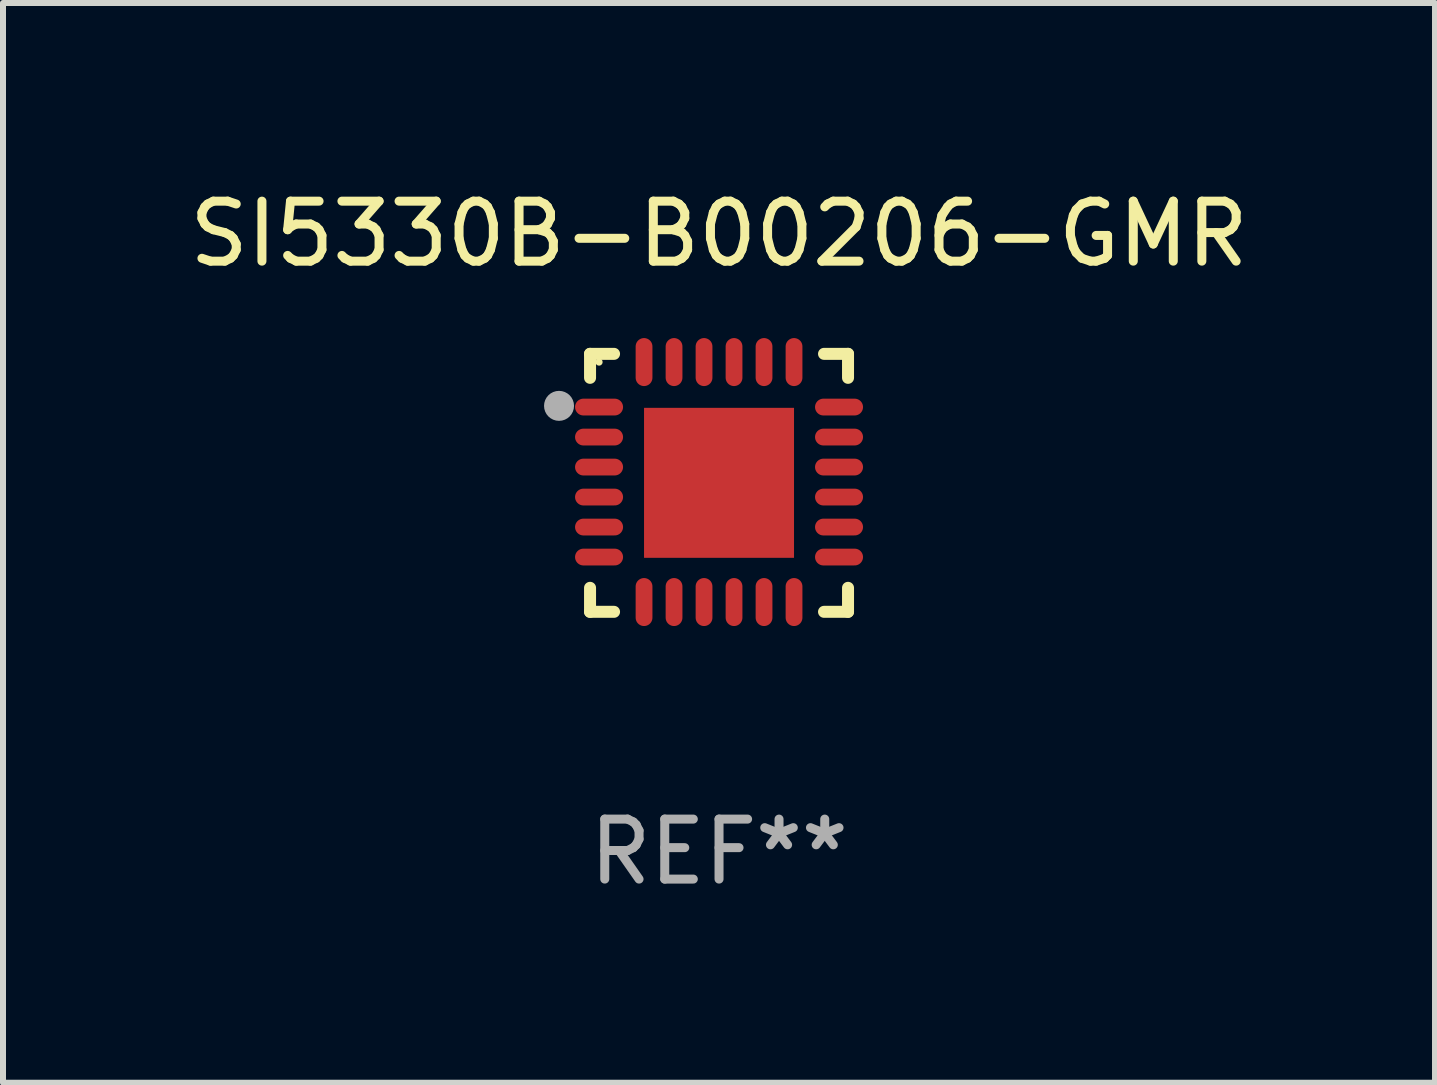
<source format=kicad_pcb>
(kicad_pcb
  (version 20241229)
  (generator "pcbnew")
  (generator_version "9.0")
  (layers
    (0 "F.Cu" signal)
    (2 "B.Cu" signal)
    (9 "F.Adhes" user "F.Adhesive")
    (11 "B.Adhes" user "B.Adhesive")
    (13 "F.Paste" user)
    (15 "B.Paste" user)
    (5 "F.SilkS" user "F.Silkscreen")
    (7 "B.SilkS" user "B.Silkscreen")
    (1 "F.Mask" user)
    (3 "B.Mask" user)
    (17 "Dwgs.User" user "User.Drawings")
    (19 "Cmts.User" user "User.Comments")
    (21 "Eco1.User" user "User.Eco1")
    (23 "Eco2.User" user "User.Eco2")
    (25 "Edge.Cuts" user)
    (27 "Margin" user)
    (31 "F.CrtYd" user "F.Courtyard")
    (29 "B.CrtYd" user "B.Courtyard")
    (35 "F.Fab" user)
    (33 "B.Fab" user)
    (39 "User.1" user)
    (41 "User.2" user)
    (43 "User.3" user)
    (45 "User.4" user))
  (footprint "SI5330B-B00206-GMR"
    (layer "F.Cu")
    (at 8.935 4.998)
    (property "Reference" "SI5330B-B00206-GMR" (at 0 -4.15 0) (layer "F.SilkS") (effects (font (size 1 1) (thickness 0.15))))
    (attr through_hole)
    (fp_line (start -2.15 -2.15) (end -1.75 -2.15) (stroke (width 0.2) (type solid)) (layer "F.SilkS"))
    (fp_line (start -2.15 -1.75) (end -2.15 -2.15) (stroke (width 0.2) (type solid)) (layer "F.SilkS"))
    (fp_line (start -2.15 2.15) (end -2.15 1.75) (stroke (width 0.2) (type solid)) (layer "F.SilkS"))
    (fp_line (start -1.75 2.15) (end -2.15 2.15) (stroke (width 0.2) (type solid)) (layer "F.SilkS"))
    (fp_line (start 1.75 -2.15) (end 2.15 -2.15) (stroke (width 0.2) (type solid)) (layer "F.SilkS"))
    (fp_line (start 1.75 2.15) (end 2.15 2.15) (stroke (width 0.2) (type solid)) (layer "F.SilkS"))
    (fp_line (start 2.15 -2.15) (end 2.15 -1.75) (stroke (width 0.2) (type solid)) (layer "F.SilkS"))
    (fp_line (start 2.15 2.15) (end 2.15 1.75) (stroke (width 0.2) (type solid)) (layer "F.SilkS"))
    (fp_circle (center -2 -2.013) (end -1.97 -2.013) (stroke (width 0.06) (type solid)) (fill no) (layer "F.SilkS"))
    (fp_circle (center -2.667 -1.283) (end -2.542 -1.283) (stroke (width 0.25) (type solid)) (fill no) (layer "F.Fab"))
    (fp_text user "REF**" (at 0 6.15 0) (layer "F.Fab") (effects (font (size 1 1) (thickness 0.15))))
    (pad "1" smd oval (at -2 -1.263) (size 0.8 0.28) (layers "F.Cu" "F.Mask" "F.Paste"))
    (pad "2" smd oval (at -2 -0.763) (size 0.8 0.28) (layers "F.Cu" "F.Mask" "F.Paste"))
    (pad "3" smd oval (at -2 -0.263) (size 0.8 0.28) (layers "F.Cu" "F.Mask" "F.Paste"))
    (pad "4" smd oval (at -2 0.237) (size 0.8 0.28) (layers "F.Cu" "F.Mask" "F.Paste"))
    (pad "5" smd oval (at -2 0.737) (size 0.8 0.28) (layers "F.Cu" "F.Mask" "F.Paste"))
    (pad "6" smd oval (at -2 1.237) (size 0.8 0.28) (layers "F.Cu" "F.Mask" "F.Paste"))
    (pad "7" smd oval (at -1.25 1.987) (size 0.28 0.8) (layers "F.Cu" "F.Mask" "F.Paste"))
    (pad "8" smd oval (at -0.75 1.987) (size 0.28 0.8) (layers "F.Cu" "F.Mask" "F.Paste"))
    (pad "9" smd oval (at -0.25 1.987) (size 0.28 0.8) (layers "F.Cu" "F.Mask" "F.Paste"))
    (pad "10" smd oval (at 0.25 1.987) (size 0.28 0.8) (layers "F.Cu" "F.Mask" "F.Paste"))
    (pad "11" smd oval (at 0.75 1.987) (size 0.28 0.8) (layers "F.Cu" "F.Mask" "F.Paste"))
    (pad "12" smd oval (at 1.25 1.987) (size 0.28 0.8) (layers "F.Cu" "F.Mask" "F.Paste"))
    (pad "13" smd oval (at 2 1.237) (size 0.8 0.28) (layers "F.Cu" "F.Mask" "F.Paste"))
    (pad "14" smd oval (at 2 0.737) (size 0.8 0.28) (layers "F.Cu" "F.Mask" "F.Paste"))
    (pad "15" smd oval (at 2 0.237) (size 0.8 0.28) (layers "F.Cu" "F.Mask" "F.Paste"))
    (pad "16" smd oval (at 2 -0.263) (size 0.8 0.28) (layers "F.Cu" "F.Mask" "F.Paste"))
    (pad "17" smd oval (at 2 -0.763) (size 0.8 0.28) (layers "F.Cu" "F.Mask" "F.Paste"))
    (pad "18" smd oval (at 2 -1.263) (size 0.8 0.28) (layers "F.Cu" "F.Mask" "F.Paste"))
    (pad "19" smd oval (at 1.25 -2.013) (size 0.28 0.8) (layers "F.Cu" "F.Mask" "F.Paste"))
    (pad "20" smd oval (at 0.75 -2.013) (size 0.28 0.8) (layers "F.Cu" "F.Mask" "F.Paste"))
    (pad "21" smd oval (at 0.25 -2.013) (size 0.28 0.8) (layers "F.Cu" "F.Mask" "F.Paste"))
    (pad "22" smd oval (at -0.25 -2.013) (size 0.28 0.8) (layers "F.Cu" "F.Mask" "F.Paste"))
    (pad "23" smd oval (at -0.75 -2.013) (size 0.28 0.8) (layers "F.Cu" "F.Mask" "F.Paste"))
    (pad "24" smd oval (at -1.25 -2.013) (size 0.28 0.8) (layers "F.Cu" "F.Mask" "F.Paste"))
    (pad "25" smd rect (at -0.000127 -0.00014) (size 2.5 2.5) (layers "F.Cu" "F.Mask" "F.Paste")))
  (gr_rect
    (start -3 -3)
    (end 20.869 14.997)
    (stroke (width 0.1) (type default))
    (fill no)
    (layer "Edge.Cuts")))
</source>
